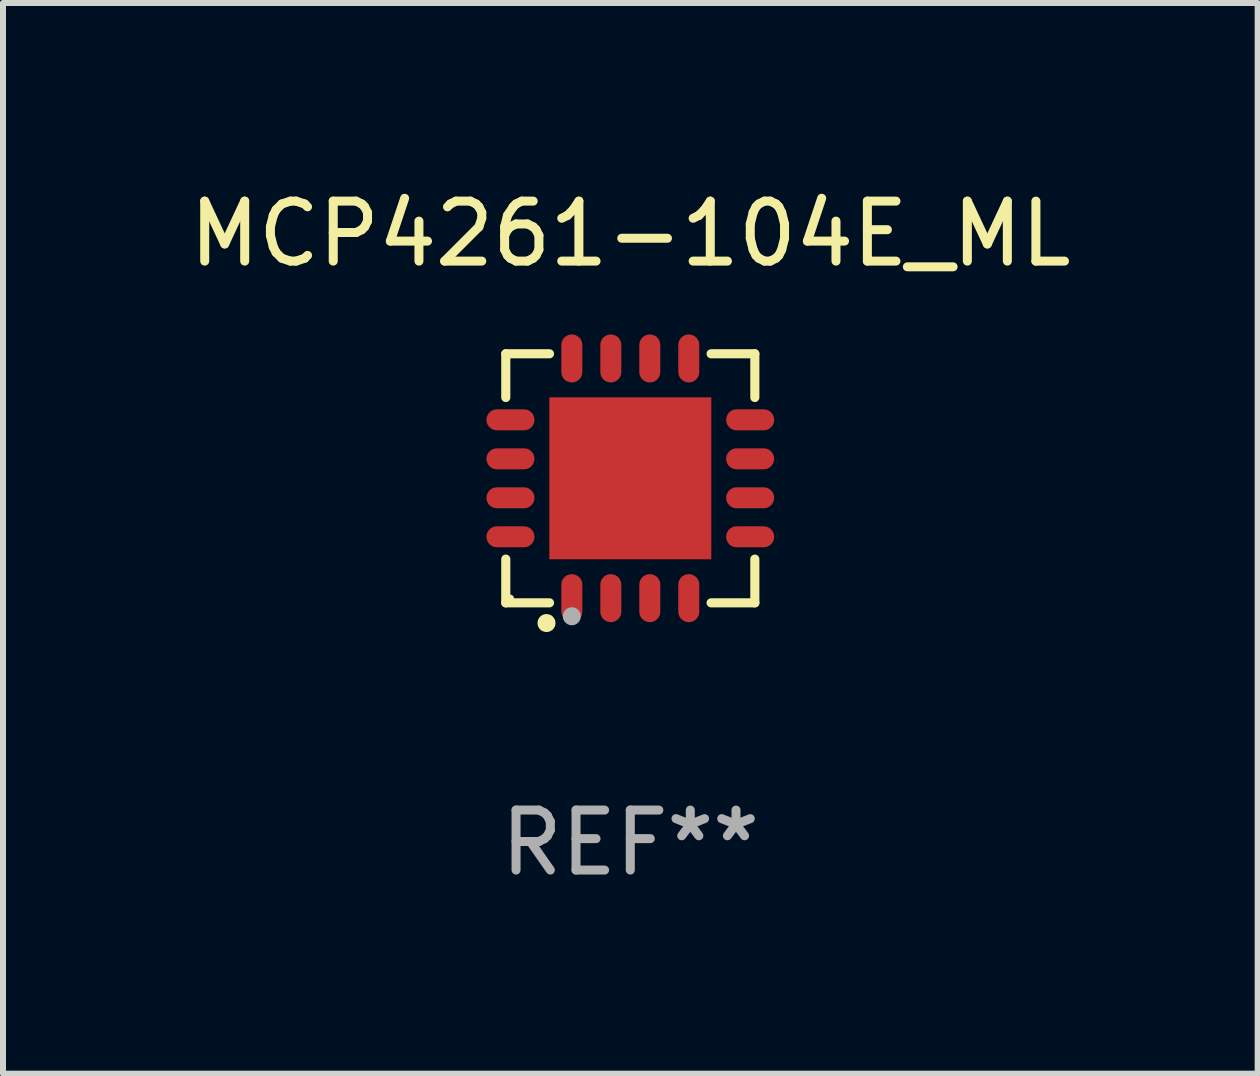
<source format=kicad_pcb>
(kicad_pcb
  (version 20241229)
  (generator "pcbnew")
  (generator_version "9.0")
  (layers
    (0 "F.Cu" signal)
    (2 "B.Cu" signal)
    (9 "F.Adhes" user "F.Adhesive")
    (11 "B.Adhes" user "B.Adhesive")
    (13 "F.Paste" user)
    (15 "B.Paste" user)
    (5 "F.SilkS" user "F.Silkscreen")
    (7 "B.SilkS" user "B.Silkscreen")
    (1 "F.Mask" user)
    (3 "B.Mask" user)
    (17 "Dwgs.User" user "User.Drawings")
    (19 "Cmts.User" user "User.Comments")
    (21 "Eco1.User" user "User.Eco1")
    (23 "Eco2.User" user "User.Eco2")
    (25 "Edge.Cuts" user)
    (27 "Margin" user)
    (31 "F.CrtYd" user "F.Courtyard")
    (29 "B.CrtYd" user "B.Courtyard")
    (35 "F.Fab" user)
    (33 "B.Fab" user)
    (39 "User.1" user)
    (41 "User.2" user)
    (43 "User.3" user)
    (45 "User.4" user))
  (footprint "MCP4261-104E_ML"
    (layer "F.Cu")
    (at 7.458 4.924)
    (property "Reference" "MCP4261-104E_ML" (at 0 -4.076 0) (layer "F.SilkS") (effects (font (size 1 1) (thickness 0.15))))
    (attr through_hole)
    (fp_line (start -2.076 -2.076) (end -1.347 -2.076) (stroke (width 0.152) (type solid)) (layer "F.SilkS"))
    (fp_line (start -2.076 -1.347) (end -2.076 -2.076) (stroke (width 0.152) (type solid)) (layer "F.SilkS"))
    (fp_line (start -2.076 1.347) (end -2.076 2.076) (stroke (width 0.152) (type solid)) (layer "F.SilkS"))
    (fp_line (start -2.076 2.076) (end -1.347 2.076) (stroke (width 0.152) (type solid)) (layer "F.SilkS"))
    (fp_line (start 2.076 -2.076) (end 1.347 -2.076) (stroke (width 0.152) (type solid)) (layer "F.SilkS"))
    (fp_line (start 2.076 -1.347) (end 2.076 -2.076) (stroke (width 0.152) (type solid)) (layer "F.SilkS"))
    (fp_line (start 2.076 1.347) (end 2.076 2.076) (stroke (width 0.152) (type solid)) (layer "F.SilkS"))
    (fp_line (start 2.076 2.076) (end 1.347 2.076) (stroke (width 0.152) (type solid)) (layer "F.SilkS"))
    (fp_circle (center -2 2) (end -1.97 2) (stroke (width 0.06) (type solid)) (fill no) (layer "F.SilkS"))
    (fp_circle (center -1.397 2.413) (end -1.322 2.413) (stroke (width 0.15) (type solid)) (fill no) (layer "F.SilkS"))
    (fp_circle (center -0.975 2.3) (end -0.9 2.3) (stroke (width 0.15) (type solid)) (fill no) (layer "F.Fab"))
    (fp_text user "REF**" (at 0 6.076 0) (layer "F.Fab") (effects (font (size 1 1) (thickness 0.15))))
    (pad "1" smd oval (at -0.975 1.998) (size 0.35 0.8) (layers "F.Cu" "F.Mask" "F.Paste"))
    (pad "2" smd oval (at -0.325 1.998) (size 0.35 0.8) (layers "F.Cu" "F.Mask" "F.Paste"))
    (pad "3" smd oval (at 0.325 1.998) (size 0.35 0.8) (layers "F.Cu" "F.Mask" "F.Paste"))
    (pad "4" smd oval (at 0.975 1.998) (size 0.35 0.8) (layers "F.Cu" "F.Mask" "F.Paste"))
    (pad "5" smd oval (at 1.998 0.975) (size 0.8 0.35) (layers "F.Cu" "F.Mask" "F.Paste"))
    (pad "6" smd oval (at 1.998 0.325) (size 0.8 0.35) (layers "F.Cu" "F.Mask" "F.Paste"))
    (pad "7" smd oval (at 1.998 -0.325) (size 0.8 0.35) (layers "F.Cu" "F.Mask" "F.Paste"))
    (pad "8" smd oval (at 1.998 -0.975) (size 0.8 0.35) (layers "F.Cu" "F.Mask" "F.Paste"))
    (pad "9" smd oval (at 0.975 -1.998) (size 0.35 0.8) (layers "F.Cu" "F.Mask" "F.Paste"))
    (pad "10" smd oval (at 0.325 -1.998) (size 0.35 0.8) (layers "F.Cu" "F.Mask" "F.Paste"))
    (pad "11" smd oval (at -0.325 -1.998) (size 0.35 0.8) (layers "F.Cu" "F.Mask" "F.Paste"))
    (pad "12" smd oval (at -0.975 -1.998) (size 0.35 0.8) (layers "F.Cu" "F.Mask" "F.Paste"))
    (pad "13" smd oval (at -1.998 -0.975) (size 0.8 0.35) (layers "F.Cu" "F.Mask" "F.Paste"))
    (pad "14" smd oval (at -1.998 -0.325) (size 0.8 0.35) (layers "F.Cu" "F.Mask" "F.Paste"))
    (pad "15" smd oval (at -1.998 0.325) (size 0.8 0.35) (layers "F.Cu" "F.Mask" "F.Paste"))
    (pad "16" smd oval (at -1.998 0.975) (size 0.8 0.35) (layers "F.Cu" "F.Mask" "F.Paste"))
    (pad "17" smd rect (at 0 0) (size 2.7 2.7) (layers "F.Cu" "F.Mask" "F.Paste")))
  (gr_rect
    (start -3 -3)
    (end 17.917 14.849)
    (stroke (width 0.1) (type default))
    (fill no)
    (layer "Edge.Cuts")))
</source>
